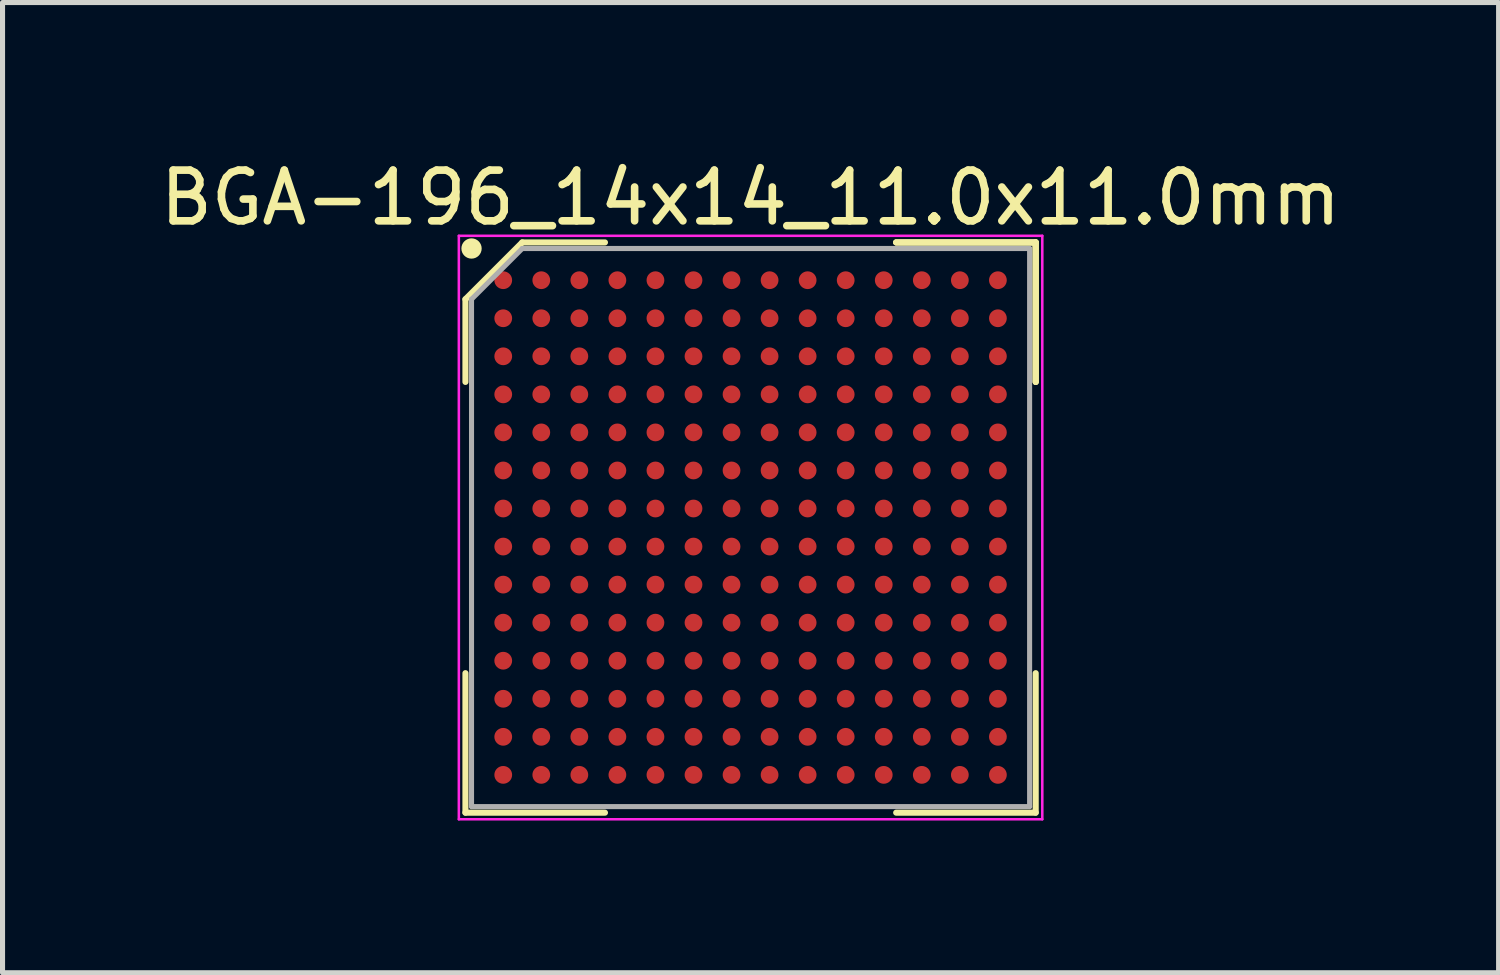
<source format=kicad_pcb>
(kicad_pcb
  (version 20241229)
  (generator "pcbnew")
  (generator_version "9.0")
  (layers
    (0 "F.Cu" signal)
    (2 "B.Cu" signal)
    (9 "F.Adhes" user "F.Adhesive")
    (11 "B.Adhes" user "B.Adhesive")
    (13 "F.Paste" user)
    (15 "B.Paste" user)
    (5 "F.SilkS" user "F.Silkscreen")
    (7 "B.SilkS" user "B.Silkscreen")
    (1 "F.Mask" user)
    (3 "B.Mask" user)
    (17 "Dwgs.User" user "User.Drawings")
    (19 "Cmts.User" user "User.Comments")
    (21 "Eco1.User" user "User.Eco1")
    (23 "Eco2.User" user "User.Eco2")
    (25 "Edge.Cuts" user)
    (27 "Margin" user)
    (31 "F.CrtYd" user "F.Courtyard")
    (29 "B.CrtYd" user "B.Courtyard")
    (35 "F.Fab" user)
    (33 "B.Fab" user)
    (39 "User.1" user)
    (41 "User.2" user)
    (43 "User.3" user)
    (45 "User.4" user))
  (footprint "BGA-196_14x14_11.0x11.0mm"
    (layer "F.Cu")
    (at 11.744 7.348)
    (property "Reference" "BGA-196_14x14_11.0x11.0mm" (at 0 -6.5 0) (layer "F.SilkS") (effects (font (size 1 1) (thickness 0.15))))
    (attr smd)
    (fp_line (start -5.62 -4.5) (end -5.62 -2.87) (stroke (width 0.12) (type solid)) (layer "F.SilkS"))
    (fp_line (start -5.62 5.62) (end -5.62 2.87) (stroke (width 0.12) (type solid)) (layer "F.SilkS"))
    (fp_line (start -4.5 -5.62) (end -5.62 -4.5) (stroke (width 0.12) (type solid)) (layer "F.SilkS"))
    (fp_line (start -2.87 -5.62) (end -4.5 -5.62) (stroke (width 0.12) (type solid)) (layer "F.SilkS"))
    (fp_line (start -2.87 5.62) (end -5.62 5.62) (stroke (width 0.12) (type solid)) (layer "F.SilkS"))
    (fp_line (start 2.87 -5.62) (end 5.62 -5.62) (stroke (width 0.12) (type solid)) (layer "F.SilkS"))
    (fp_line (start 2.87 -5.62) (end 5.62 -5.62) (stroke (width 0.12) (type solid)) (layer "F.SilkS"))
    (fp_line (start 2.87 -5.62) (end 5.62 -5.62) (stroke (width 0.12) (type solid)) (layer "F.SilkS"))
    (fp_line (start 2.87 5.62) (end 5.62 5.62) (stroke (width 0.12) (type solid)) (layer "F.SilkS"))
    (fp_line (start 5.62 -5.62) (end 5.62 -2.87) (stroke (width 0.12) (type solid)) (layer "F.SilkS"))
    (fp_line (start 5.62 -5.62) (end 5.62 -2.87) (stroke (width 0.12) (type solid)) (layer "F.SilkS"))
    (fp_line (start 5.62 -5.62) (end 5.62 -2.87) (stroke (width 0.12) (type solid)) (layer "F.SilkS"))
    (fp_line (start 5.62 5.62) (end 5.62 2.87) (stroke (width 0.12) (type solid)) (layer "F.SilkS"))
    (fp_circle (center -5.5 -5.5) (end -5.5 -5.4) (stroke (width 0.2) (type solid)) (fill no) (layer "F.SilkS"))
    (fp_line (start -5.75 -5.75) (end 5.75 -5.75) (stroke (width 0.05) (type solid)) (layer "F.CrtYd"))
    (fp_line (start -5.75 5.75) (end -5.75 -5.75) (stroke (width 0.05) (type solid)) (layer "F.CrtYd"))
    (fp_line (start 5.75 -5.75) (end 5.75 5.75) (stroke (width 0.05) (type solid)) (layer "F.CrtYd"))
    (fp_line (start 5.75 5.75) (end -5.75 5.75) (stroke (width 0.05) (type solid)) (layer "F.CrtYd"))
    (fp_line (start -5.5 -4.5) (end -5.5 5.5) (stroke (width 0.1) (type solid)) (layer "F.Fab"))
    (fp_line (start -5.5 5.5) (end 5.5 5.5) (stroke (width 0.1) (type solid)) (layer "F.Fab"))
    (fp_line (start -4.5 -5.5) (end -5.5 -4.5) (stroke (width 0.1) (type solid)) (layer "F.Fab"))
    (fp_line (start 5.5 -5.5) (end -4.5 -5.5) (stroke (width 0.1) (type solid)) (layer "F.Fab"))
    (fp_line (start 5.5 5.5) (end 5.5 -5.5) (stroke (width 0.1) (type solid)) (layer "F.Fab"))
    (pad "A1" smd circle (at -4.875 -4.875) (size 0.35 0.35) (layers "F.Cu" "F.Mask" "F.Paste"))
    (pad "A2" smd circle (at -4.125 -4.875) (size 0.35 0.35) (layers "F.Cu" "F.Mask" "F.Paste"))
    (pad "A3" smd circle (at -3.375 -4.875) (size 0.35 0.35) (layers "F.Cu" "F.Mask" "F.Paste"))
    (pad "A4" smd circle (at -2.625 -4.875) (size 0.35 0.35) (layers "F.Cu" "F.Mask" "F.Paste"))
    (pad "A5" smd circle (at -1.875 -4.875) (size 0.35 0.35) (layers "F.Cu" "F.Mask" "F.Paste"))
    (pad "A6" smd circle (at -1.125 -4.875) (size 0.35 0.35) (layers "F.Cu" "F.Mask" "F.Paste"))
    (pad "A7" smd circle (at -0.375 -4.875) (size 0.35 0.35) (layers "F.Cu" "F.Mask" "F.Paste"))
    (pad "A8" smd circle (at 0.375 -4.875) (size 0.35 0.35) (layers "F.Cu" "F.Mask" "F.Paste"))
    (pad "A9" smd circle (at 1.125 -4.875) (size 0.35 0.35) (layers "F.Cu" "F.Mask" "F.Paste"))
    (pad "A10" smd circle (at 1.875 -4.875) (size 0.35 0.35) (layers "F.Cu" "F.Mask" "F.Paste"))
    (pad "A11" smd circle (at 2.625 -4.875) (size 0.35 0.35) (layers "F.Cu" "F.Mask" "F.Paste"))
    (pad "A12" smd circle (at 3.375 -4.875) (size 0.35 0.35) (layers "F.Cu" "F.Mask" "F.Paste"))
    (pad "A13" smd circle (at 4.125 -4.875) (size 0.35 0.35) (layers "F.Cu" "F.Mask" "F.Paste"))
    (pad "A14" smd circle (at 4.875 -4.875) (size 0.35 0.35) (layers "F.Cu" "F.Mask" "F.Paste"))
    (pad "B1" smd circle (at -4.875 -4.125) (size 0.35 0.35) (layers "F.Cu" "F.Mask" "F.Paste"))
    (pad "B2" smd circle (at -4.125 -4.125) (size 0.35 0.35) (layers "F.Cu" "F.Mask" "F.Paste"))
    (pad "B3" smd circle (at -3.375 -4.125) (size 0.35 0.35) (layers "F.Cu" "F.Mask" "F.Paste"))
    (pad "B4" smd circle (at -2.625 -4.125) (size 0.35 0.35) (layers "F.Cu" "F.Mask" "F.Paste"))
    (pad "B5" smd circle (at -1.875 -4.125) (size 0.35 0.35) (layers "F.Cu" "F.Mask" "F.Paste"))
    (pad "B6" smd circle (at -1.125 -4.125) (size 0.35 0.35) (layers "F.Cu" "F.Mask" "F.Paste"))
    (pad "B7" smd circle (at -0.375 -4.125) (size 0.35 0.35) (layers "F.Cu" "F.Mask" "F.Paste"))
    (pad "B8" smd circle (at 0.375 -4.125) (size 0.35 0.35) (layers "F.Cu" "F.Mask" "F.Paste"))
    (pad "B9" smd circle (at 1.125 -4.125) (size 0.35 0.35) (layers "F.Cu" "F.Mask" "F.Paste"))
    (pad "B10" smd circle (at 1.875 -4.125) (size 0.35 0.35) (layers "F.Cu" "F.Mask" "F.Paste"))
    (pad "B11" smd circle (at 2.625 -4.125) (size 0.35 0.35) (layers "F.Cu" "F.Mask" "F.Paste"))
    (pad "B12" smd circle (at 3.375 -4.125) (size 0.35 0.35) (layers "F.Cu" "F.Mask" "F.Paste"))
    (pad "B13" smd circle (at 4.125 -4.125) (size 0.35 0.35) (layers "F.Cu" "F.Mask" "F.Paste"))
    (pad "B14" smd circle (at 4.875 -4.125) (size 0.35 0.35) (layers "F.Cu" "F.Mask" "F.Paste"))
    (pad "C1" smd circle (at -4.875 -3.375) (size 0.35 0.35) (layers "F.Cu" "F.Mask" "F.Paste"))
    (pad "C2" smd circle (at -4.125 -3.375) (size 0.35 0.35) (layers "F.Cu" "F.Mask" "F.Paste"))
    (pad "C3" smd circle (at -3.375 -3.375) (size 0.35 0.35) (layers "F.Cu" "F.Mask" "F.Paste"))
    (pad "C4" smd circle (at -2.625 -3.375) (size 0.35 0.35) (layers "F.Cu" "F.Mask" "F.Paste"))
    (pad "C5" smd circle (at -1.875 -3.375) (size 0.35 0.35) (layers "F.Cu" "F.Mask" "F.Paste"))
    (pad "C6" smd circle (at -1.125 -3.375) (size 0.35 0.35) (layers "F.Cu" "F.Mask" "F.Paste"))
    (pad "C7" smd circle (at -0.375 -3.375) (size 0.35 0.35) (layers "F.Cu" "F.Mask" "F.Paste"))
    (pad "C8" smd circle (at 0.375 -3.375) (size 0.35 0.35) (layers "F.Cu" "F.Mask" "F.Paste"))
    (pad "C9" smd circle (at 1.125 -3.375) (size 0.35 0.35) (layers "F.Cu" "F.Mask" "F.Paste"))
    (pad "C10" smd circle (at 1.875 -3.375) (size 0.35 0.35) (layers "F.Cu" "F.Mask" "F.Paste"))
    (pad "C11" smd circle (at 2.625 -3.375) (size 0.35 0.35) (layers "F.Cu" "F.Mask" "F.Paste"))
    (pad "C12" smd circle (at 3.375 -3.375) (size 0.35 0.35) (layers "F.Cu" "F.Mask" "F.Paste"))
    (pad "C13" smd circle (at 4.125 -3.375) (size 0.35 0.35) (layers "F.Cu" "F.Mask" "F.Paste"))
    (pad "C14" smd circle (at 4.875 -3.375) (size 0.35 0.35) (layers "F.Cu" "F.Mask" "F.Paste"))
    (pad "D1" smd circle (at -4.875 -2.625) (size 0.35 0.35) (layers "F.Cu" "F.Mask" "F.Paste"))
    (pad "D2" smd circle (at -4.125 -2.625) (size 0.35 0.35) (layers "F.Cu" "F.Mask" "F.Paste"))
    (pad "D3" smd circle (at -3.375 -2.625) (size 0.35 0.35) (layers "F.Cu" "F.Mask" "F.Paste"))
    (pad "D4" smd circle (at -2.625 -2.625) (size 0.35 0.35) (layers "F.Cu" "F.Mask" "F.Paste"))
    (pad "D5" smd circle (at -1.875 -2.625) (size 0.35 0.35) (layers "F.Cu" "F.Mask" "F.Paste"))
    (pad "D6" smd circle (at -1.125 -2.625) (size 0.35 0.35) (layers "F.Cu" "F.Mask" "F.Paste"))
    (pad "D7" smd circle (at -0.375 -2.625) (size 0.35 0.35) (layers "F.Cu" "F.Mask" "F.Paste"))
    (pad "D8" smd circle (at 0.375 -2.625) (size 0.35 0.35) (layers "F.Cu" "F.Mask" "F.Paste"))
    (pad "D9" smd circle (at 1.125 -2.625) (size 0.35 0.35) (layers "F.Cu" "F.Mask" "F.Paste"))
    (pad "D10" smd circle (at 1.875 -2.625) (size 0.35 0.35) (layers "F.Cu" "F.Mask" "F.Paste"))
    (pad "D11" smd circle (at 2.625 -2.625) (size 0.35 0.35) (layers "F.Cu" "F.Mask" "F.Paste"))
    (pad "D12" smd circle (at 3.375 -2.625) (size 0.35 0.35) (layers "F.Cu" "F.Mask" "F.Paste"))
    (pad "D13" smd circle (at 4.125 -2.625) (size 0.35 0.35) (layers "F.Cu" "F.Mask" "F.Paste"))
    (pad "D14" smd circle (at 4.875 -2.625) (size 0.35 0.35) (layers "F.Cu" "F.Mask" "F.Paste"))
    (pad "E1" smd circle (at -4.875 -1.875) (size 0.35 0.35) (layers "F.Cu" "F.Mask" "F.Paste"))
    (pad "E2" smd circle (at -4.125 -1.875) (size 0.35 0.35) (layers "F.Cu" "F.Mask" "F.Paste"))
    (pad "E3" smd circle (at -3.375 -1.875) (size 0.35 0.35) (layers "F.Cu" "F.Mask" "F.Paste"))
    (pad "E4" smd circle (at -2.625 -1.875) (size 0.35 0.35) (layers "F.Cu" "F.Mask" "F.Paste"))
    (pad "E5" smd circle (at -1.875 -1.875) (size 0.35 0.35) (layers "F.Cu" "F.Mask" "F.Paste"))
    (pad "E6" smd circle (at -1.125 -1.875) (size 0.35 0.35) (layers "F.Cu" "F.Mask" "F.Paste"))
    (pad "E7" smd circle (at -0.375 -1.875) (size 0.35 0.35) (layers "F.Cu" "F.Mask" "F.Paste"))
    (pad "E8" smd circle (at 0.375 -1.875) (size 0.35 0.35) (layers "F.Cu" "F.Mask" "F.Paste"))
    (pad "E9" smd circle (at 1.125 -1.875) (size 0.35 0.35) (layers "F.Cu" "F.Mask" "F.Paste"))
    (pad "E10" smd circle (at 1.875 -1.875) (size 0.35 0.35) (layers "F.Cu" "F.Mask" "F.Paste"))
    (pad "E11" smd circle (at 2.625 -1.875) (size 0.35 0.35) (layers "F.Cu" "F.Mask" "F.Paste"))
    (pad "E12" smd circle (at 3.375 -1.875) (size 0.35 0.35) (layers "F.Cu" "F.Mask" "F.Paste"))
    (pad "E13" smd circle (at 4.125 -1.875) (size 0.35 0.35) (layers "F.Cu" "F.Mask" "F.Paste"))
    (pad "E14" smd circle (at 4.875 -1.875) (size 0.35 0.35) (layers "F.Cu" "F.Mask" "F.Paste"))
    (pad "F1" smd circle (at -4.875 -1.125) (size 0.35 0.35) (layers "F.Cu" "F.Mask" "F.Paste"))
    (pad "F2" smd circle (at -4.125 -1.125) (size 0.35 0.35) (layers "F.Cu" "F.Mask" "F.Paste"))
    (pad "F3" smd circle (at -3.375 -1.125) (size 0.35 0.35) (layers "F.Cu" "F.Mask" "F.Paste"))
    (pad "F4" smd circle (at -2.625 -1.125) (size 0.35 0.35) (layers "F.Cu" "F.Mask" "F.Paste"))
    (pad "F5" smd circle (at -1.875 -1.125) (size 0.35 0.35) (layers "F.Cu" "F.Mask" "F.Paste"))
    (pad "F6" smd circle (at -1.125 -1.125) (size 0.35 0.35) (layers "F.Cu" "F.Mask" "F.Paste"))
    (pad "F7" smd circle (at -0.375 -1.125) (size 0.35 0.35) (layers "F.Cu" "F.Mask" "F.Paste"))
    (pad "F8" smd circle (at 0.375 -1.125) (size 0.35 0.35) (layers "F.Cu" "F.Mask" "F.Paste"))
    (pad "F9" smd circle (at 1.125 -1.125) (size 0.35 0.35) (layers "F.Cu" "F.Mask" "F.Paste"))
    (pad "F10" smd circle (at 1.875 -1.125) (size 0.35 0.35) (layers "F.Cu" "F.Mask" "F.Paste"))
    (pad "F11" smd circle (at 2.625 -1.125) (size 0.35 0.35) (layers "F.Cu" "F.Mask" "F.Paste"))
    (pad "F12" smd circle (at 3.375 -1.125) (size 0.35 0.35) (layers "F.Cu" "F.Mask" "F.Paste"))
    (pad "F13" smd circle (at 4.125 -1.125) (size 0.35 0.35) (layers "F.Cu" "F.Mask" "F.Paste"))
    (pad "F14" smd circle (at 4.875 -1.125) (size 0.35 0.35) (layers "F.Cu" "F.Mask" "F.Paste"))
    (pad "G1" smd circle (at -4.875 -0.375) (size 0.35 0.35) (layers "F.Cu" "F.Mask" "F.Paste"))
    (pad "G2" smd circle (at -4.125 -0.375) (size 0.35 0.35) (layers "F.Cu" "F.Mask" "F.Paste"))
    (pad "G3" smd circle (at -3.375 -0.375) (size 0.35 0.35) (layers "F.Cu" "F.Mask" "F.Paste"))
    (pad "G4" smd circle (at -2.625 -0.375) (size 0.35 0.35) (layers "F.Cu" "F.Mask" "F.Paste"))
    (pad "G5" smd circle (at -1.875 -0.375) (size 0.35 0.35) (layers "F.Cu" "F.Mask" "F.Paste"))
    (pad "G6" smd circle (at -1.125 -0.375) (size 0.35 0.35) (layers "F.Cu" "F.Mask" "F.Paste"))
    (pad "G7" smd circle (at -0.375 -0.375) (size 0.35 0.35) (layers "F.Cu" "F.Mask" "F.Paste"))
    (pad "G8" smd circle (at 0.375 -0.375) (size 0.35 0.35) (layers "F.Cu" "F.Mask" "F.Paste"))
    (pad "G9" smd circle (at 1.125 -0.375) (size 0.35 0.35) (layers "F.Cu" "F.Mask" "F.Paste"))
    (pad "G10" smd circle (at 1.875 -0.375) (size 0.35 0.35) (layers "F.Cu" "F.Mask" "F.Paste"))
    (pad "G11" smd circle (at 2.625 -0.375) (size 0.35 0.35) (layers "F.Cu" "F.Mask" "F.Paste"))
    (pad "G12" smd circle (at 3.375 -0.375) (size 0.35 0.35) (layers "F.Cu" "F.Mask" "F.Paste"))
    (pad "G13" smd circle (at 4.125 -0.375) (size 0.35 0.35) (layers "F.Cu" "F.Mask" "F.Paste"))
    (pad "G14" smd circle (at 4.875 -0.375) (size 0.35 0.35) (layers "F.Cu" "F.Mask" "F.Paste"))
    (pad "H1" smd circle (at -4.875 0.375) (size 0.35 0.35) (layers "F.Cu" "F.Mask" "F.Paste"))
    (pad "H2" smd circle (at -4.125 0.375) (size 0.35 0.35) (layers "F.Cu" "F.Mask" "F.Paste"))
    (pad "H3" smd circle (at -3.375 0.375) (size 0.35 0.35) (layers "F.Cu" "F.Mask" "F.Paste"))
    (pad "H4" smd circle (at -2.625 0.375) (size 0.35 0.35) (layers "F.Cu" "F.Mask" "F.Paste"))
    (pad "H5" smd circle (at -1.875 0.375) (size 0.35 0.35) (layers "F.Cu" "F.Mask" "F.Paste"))
    (pad "H6" smd circle (at -1.125 0.375) (size 0.35 0.35) (layers "F.Cu" "F.Mask" "F.Paste"))
    (pad "H7" smd circle (at -0.375 0.375) (size 0.35 0.35) (layers "F.Cu" "F.Mask" "F.Paste"))
    (pad "H8" smd circle (at 0.375 0.375) (size 0.35 0.35) (layers "F.Cu" "F.Mask" "F.Paste"))
    (pad "H9" smd circle (at 1.125 0.375) (size 0.35 0.35) (layers "F.Cu" "F.Mask" "F.Paste"))
    (pad "H10" smd circle (at 1.875 0.375) (size 0.35 0.35) (layers "F.Cu" "F.Mask" "F.Paste"))
    (pad "H11" smd circle (at 2.625 0.375) (size 0.35 0.35) (layers "F.Cu" "F.Mask" "F.Paste"))
    (pad "H12" smd circle (at 3.375 0.375) (size 0.35 0.35) (layers "F.Cu" "F.Mask" "F.Paste"))
    (pad "H13" smd circle (at 4.125 0.375) (size 0.35 0.35) (layers "F.Cu" "F.Mask" "F.Paste"))
    (pad "H14" smd circle (at 4.875 0.375) (size 0.35 0.35) (layers "F.Cu" "F.Mask" "F.Paste"))
    (pad "J1" smd circle (at -4.875 1.125) (size 0.35 0.35) (layers "F.Cu" "F.Mask" "F.Paste"))
    (pad "J2" smd circle (at -4.125 1.125) (size 0.35 0.35) (layers "F.Cu" "F.Mask" "F.Paste"))
    (pad "J3" smd circle (at -3.375 1.125) (size 0.35 0.35) (layers "F.Cu" "F.Mask" "F.Paste"))
    (pad "J4" smd circle (at -2.625 1.125) (size 0.35 0.35) (layers "F.Cu" "F.Mask" "F.Paste"))
    (pad "J5" smd circle (at -1.875 1.125) (size 0.35 0.35) (layers "F.Cu" "F.Mask" "F.Paste"))
    (pad "J6" smd circle (at -1.125 1.125) (size 0.35 0.35) (layers "F.Cu" "F.Mask" "F.Paste"))
    (pad "J7" smd circle (at -0.375 1.125) (size 0.35 0.35) (layers "F.Cu" "F.Mask" "F.Paste"))
    (pad "J8" smd circle (at 0.375 1.125) (size 0.35 0.35) (layers "F.Cu" "F.Mask" "F.Paste"))
    (pad "J9" smd circle (at 1.125 1.125) (size 0.35 0.35) (layers "F.Cu" "F.Mask" "F.Paste"))
    (pad "J10" smd circle (at 1.875 1.125) (size 0.35 0.35) (layers "F.Cu" "F.Mask" "F.Paste"))
    (pad "J11" smd circle (at 2.625 1.125) (size 0.35 0.35) (layers "F.Cu" "F.Mask" "F.Paste"))
    (pad "J12" smd circle (at 3.375 1.125) (size 0.35 0.35) (layers "F.Cu" "F.Mask" "F.Paste"))
    (pad "J13" smd circle (at 4.125 1.125) (size 0.35 0.35) (layers "F.Cu" "F.Mask" "F.Paste"))
    (pad "J14" smd circle (at 4.875 1.125) (size 0.35 0.35) (layers "F.Cu" "F.Mask" "F.Paste"))
    (pad "K1" smd circle (at -4.875 1.875) (size 0.35 0.35) (layers "F.Cu" "F.Mask" "F.Paste"))
    (pad "K2" smd circle (at -4.125 1.875) (size 0.35 0.35) (layers "F.Cu" "F.Mask" "F.Paste"))
    (pad "K3" smd circle (at -3.375 1.875) (size 0.35 0.35) (layers "F.Cu" "F.Mask" "F.Paste"))
    (pad "K4" smd circle (at -2.625 1.875) (size 0.35 0.35) (layers "F.Cu" "F.Mask" "F.Paste"))
    (pad "K5" smd circle (at -1.875 1.875) (size 0.35 0.35) (layers "F.Cu" "F.Mask" "F.Paste"))
    (pad "K6" smd circle (at -1.125 1.875) (size 0.35 0.35) (layers "F.Cu" "F.Mask" "F.Paste"))
    (pad "K7" smd circle (at -0.375 1.875) (size 0.35 0.35) (layers "F.Cu" "F.Mask" "F.Paste"))
    (pad "K8" smd circle (at 0.375 1.875) (size 0.35 0.35) (layers "F.Cu" "F.Mask" "F.Paste"))
    (pad "K9" smd circle (at 1.125 1.875) (size 0.35 0.35) (layers "F.Cu" "F.Mask" "F.Paste"))
    (pad "K10" smd circle (at 1.875 1.875) (size 0.35 0.35) (layers "F.Cu" "F.Mask" "F.Paste"))
    (pad "K11" smd circle (at 2.625 1.875) (size 0.35 0.35) (layers "F.Cu" "F.Mask" "F.Paste"))
    (pad "K12" smd circle (at 3.375 1.875) (size 0.35 0.35) (layers "F.Cu" "F.Mask" "F.Paste"))
    (pad "K13" smd circle (at 4.125 1.875) (size 0.35 0.35) (layers "F.Cu" "F.Mask" "F.Paste"))
    (pad "K14" smd circle (at 4.875 1.875) (size 0.35 0.35) (layers "F.Cu" "F.Mask" "F.Paste"))
    (pad "L1" smd circle (at -4.875 2.625) (size 0.35 0.35) (layers "F.Cu" "F.Mask" "F.Paste"))
    (pad "L2" smd circle (at -4.125 2.625) (size 0.35 0.35) (layers "F.Cu" "F.Mask" "F.Paste"))
    (pad "L3" smd circle (at -3.375 2.625) (size 0.35 0.35) (layers "F.Cu" "F.Mask" "F.Paste"))
    (pad "L4" smd circle (at -2.625 2.625) (size 0.35 0.35) (layers "F.Cu" "F.Mask" "F.Paste"))
    (pad "L5" smd circle (at -1.875 2.625) (size 0.35 0.35) (layers "F.Cu" "F.Mask" "F.Paste"))
    (pad "L6" smd circle (at -1.125 2.625) (size 0.35 0.35) (layers "F.Cu" "F.Mask" "F.Paste"))
    (pad "L7" smd circle (at -0.375 2.625) (size 0.35 0.35) (layers "F.Cu" "F.Mask" "F.Paste"))
    (pad "L8" smd circle (at 0.375 2.625) (size 0.35 0.35) (layers "F.Cu" "F.Mask" "F.Paste"))
    (pad "L9" smd circle (at 1.125 2.625) (size 0.35 0.35) (layers "F.Cu" "F.Mask" "F.Paste"))
    (pad "L10" smd circle (at 1.875 2.625) (size 0.35 0.35) (layers "F.Cu" "F.Mask" "F.Paste"))
    (pad "L11" smd circle (at 2.625 2.625) (size 0.35 0.35) (layers "F.Cu" "F.Mask" "F.Paste"))
    (pad "L12" smd circle (at 3.375 2.625) (size 0.35 0.35) (layers "F.Cu" "F.Mask" "F.Paste"))
    (pad "L13" smd circle (at 4.125 2.625) (size 0.35 0.35) (layers "F.Cu" "F.Mask" "F.Paste"))
    (pad "L14" smd circle (at 4.875 2.625) (size 0.35 0.35) (layers "F.Cu" "F.Mask" "F.Paste"))
    (pad "M1" smd circle (at -4.875 3.375) (size 0.35 0.35) (layers "F.Cu" "F.Mask" "F.Paste"))
    (pad "M2" smd circle (at -4.125 3.375) (size 0.35 0.35) (layers "F.Cu" "F.Mask" "F.Paste"))
    (pad "M3" smd circle (at -3.375 3.375) (size 0.35 0.35) (layers "F.Cu" "F.Mask" "F.Paste"))
    (pad "M4" smd circle (at -2.625 3.375) (size 0.35 0.35) (layers "F.Cu" "F.Mask" "F.Paste"))
    (pad "M5" smd circle (at -1.875 3.375) (size 0.35 0.35) (layers "F.Cu" "F.Mask" "F.Paste"))
    (pad "M6" smd circle (at -1.125 3.375) (size 0.35 0.35) (layers "F.Cu" "F.Mask" "F.Paste"))
    (pad "M7" smd circle (at -0.375 3.375) (size 0.35 0.35) (layers "F.Cu" "F.Mask" "F.Paste"))
    (pad "M8" smd circle (at 0.375 3.375) (size 0.35 0.35) (layers "F.Cu" "F.Mask" "F.Paste"))
    (pad "M9" smd circle (at 1.125 3.375) (size 0.35 0.35) (layers "F.Cu" "F.Mask" "F.Paste"))
    (pad "M10" smd circle (at 1.875 3.375) (size 0.35 0.35) (layers "F.Cu" "F.Mask" "F.Paste"))
    (pad "M11" smd circle (at 2.625 3.375) (size 0.35 0.35) (layers "F.Cu" "F.Mask" "F.Paste"))
    (pad "M12" smd circle (at 3.375 3.375) (size 0.35 0.35) (layers "F.Cu" "F.Mask" "F.Paste"))
    (pad "M13" smd circle (at 4.125 3.375) (size 0.35 0.35) (layers "F.Cu" "F.Mask" "F.Paste"))
    (pad "M14" smd circle (at 4.875 3.375) (size 0.35 0.35) (layers "F.Cu" "F.Mask" "F.Paste"))
    (pad "N1" smd circle (at -4.875 4.125) (size 0.35 0.35) (layers "F.Cu" "F.Mask" "F.Paste"))
    (pad "N2" smd circle (at -4.125 4.125) (size 0.35 0.35) (layers "F.Cu" "F.Mask" "F.Paste"))
    (pad "N3" smd circle (at -3.375 4.125) (size 0.35 0.35) (layers "F.Cu" "F.Mask" "F.Paste"))
    (pad "N4" smd circle (at -2.625 4.125) (size 0.35 0.35) (layers "F.Cu" "F.Mask" "F.Paste"))
    (pad "N5" smd circle (at -1.875 4.125) (size 0.35 0.35) (layers "F.Cu" "F.Mask" "F.Paste"))
    (pad "N6" smd circle (at -1.125 4.125) (size 0.35 0.35) (layers "F.Cu" "F.Mask" "F.Paste"))
    (pad "N7" smd circle (at -0.375 4.125) (size 0.35 0.35) (layers "F.Cu" "F.Mask" "F.Paste"))
    (pad "N8" smd circle (at 0.375 4.125) (size 0.35 0.35) (layers "F.Cu" "F.Mask" "F.Paste"))
    (pad "N9" smd circle (at 1.125 4.125) (size 0.35 0.35) (layers "F.Cu" "F.Mask" "F.Paste"))
    (pad "N10" smd circle (at 1.875 4.125) (size 0.35 0.35) (layers "F.Cu" "F.Mask" "F.Paste"))
    (pad "N11" smd circle (at 2.625 4.125) (size 0.35 0.35) (layers "F.Cu" "F.Mask" "F.Paste"))
    (pad "N12" smd circle (at 3.375 4.125) (size 0.35 0.35) (layers "F.Cu" "F.Mask" "F.Paste"))
    (pad "N13" smd circle (at 4.125 4.125) (size 0.35 0.35) (layers "F.Cu" "F.Mask" "F.Paste"))
    (pad "N14" smd circle (at 4.875 4.125) (size 0.35 0.35) (layers "F.Cu" "F.Mask" "F.Paste"))
    (pad "P1" smd circle (at -4.875 4.875) (size 0.35 0.35) (layers "F.Cu" "F.Mask" "F.Paste"))
    (pad "P2" smd circle (at -4.125 4.875) (size 0.35 0.35) (layers "F.Cu" "F.Mask" "F.Paste"))
    (pad "P3" smd circle (at -3.375 4.875) (size 0.35 0.35) (layers "F.Cu" "F.Mask" "F.Paste"))
    (pad "P4" smd circle (at -2.625 4.875) (size 0.35 0.35) (layers "F.Cu" "F.Mask" "F.Paste"))
    (pad "P5" smd circle (at -1.875 4.875) (size 0.35 0.35) (layers "F.Cu" "F.Mask" "F.Paste"))
    (pad "P6" smd circle (at -1.125 4.875) (size 0.35 0.35) (layers "F.Cu" "F.Mask" "F.Paste"))
    (pad "P7" smd circle (at -0.375 4.875) (size 0.35 0.35) (layers "F.Cu" "F.Mask" "F.Paste"))
    (pad "P8" smd circle (at 0.375 4.875) (size 0.35 0.35) (layers "F.Cu" "F.Mask" "F.Paste"))
    (pad "P9" smd circle (at 1.125 4.875) (size 0.35 0.35) (layers "F.Cu" "F.Mask" "F.Paste"))
    (pad "P10" smd circle (at 1.875 4.875) (size 0.35 0.35) (layers "F.Cu" "F.Mask" "F.Paste"))
    (pad "P11" smd circle (at 2.625 4.875) (size 0.35 0.35) (layers "F.Cu" "F.Mask" "F.Paste"))
    (pad "P12" smd circle (at 3.375 4.875) (size 0.35 0.35) (layers "F.Cu" "F.Mask" "F.Paste"))
    (pad "P13" smd circle (at 4.125 4.875) (size 0.35 0.35) (layers "F.Cu" "F.Mask" "F.Paste"))
    (pad "P14" smd circle (at 4.875 4.875) (size 0.35 0.35) (layers "F.Cu" "F.Mask" "F.Paste")))
  (gr_rect
    (start -3 -3)
    (end 26.488 16.123)
    (stroke (width 0.1) (type default))
    (fill no)
    (layer "Edge.Cuts")))
</source>
